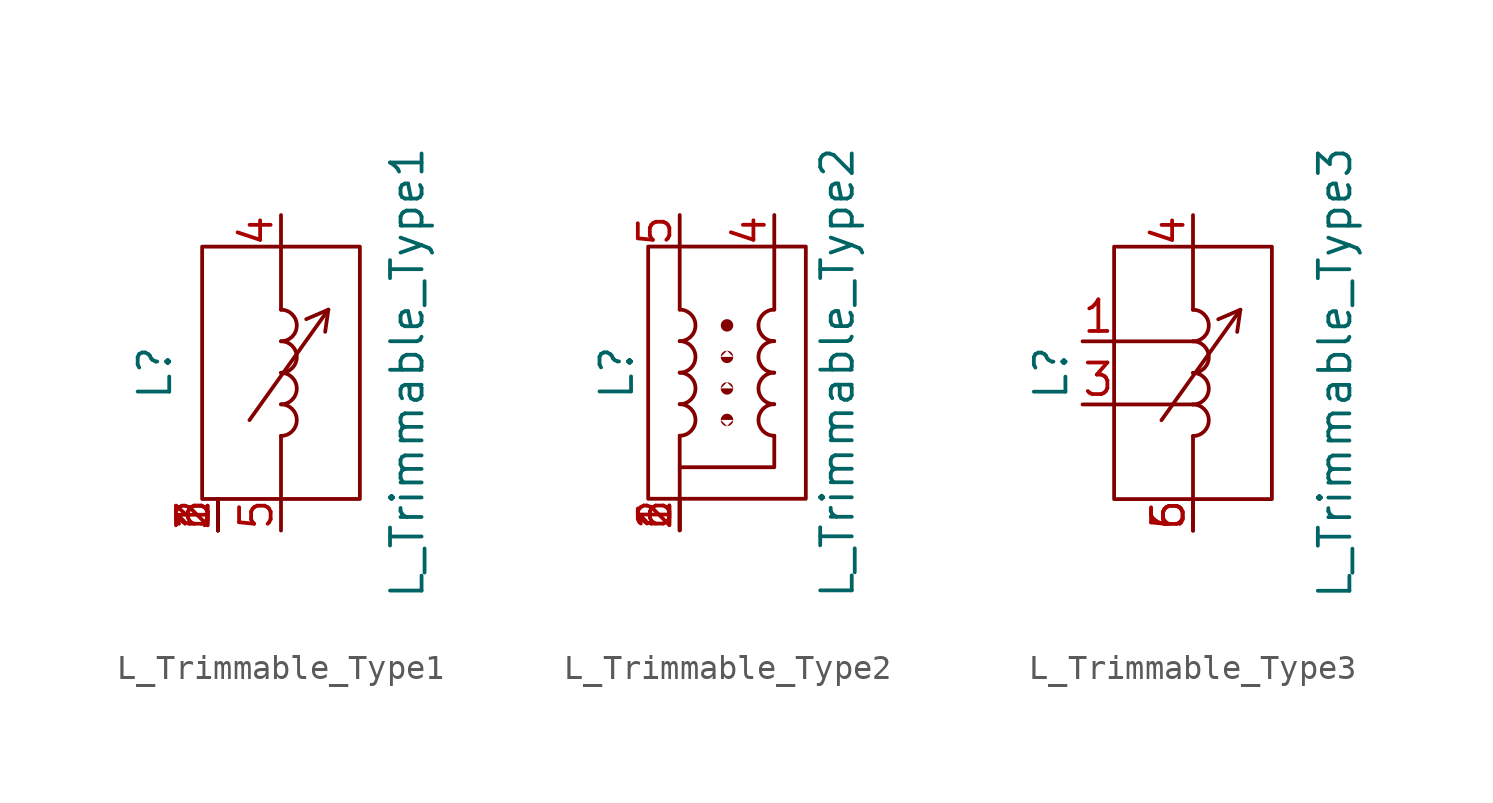
<source format=kicad_sym>
(kicad_symbol_lib
  (version 20220914)
  (generator kicad_symbol_editor)
  (symbol "L_Trimmable_Type1"
    (pin_names
      (offset 1.016) hide)
    (property "Reference" "L"
      (at -5.08 0 90)
      (effects (font (size 1.27 1.27))))
    (property "Value" "L_Trimmable_Type1"
      (at 5.08 0 90)
      (effects (font (size 1.27 1.27))))
    (symbol "L_Trimmable_Type1_0_1"
      (arc (start 0 -2.54) (mid 0.6323 -1.905) (end 0 -1.27) (stroke (width 0) (type default)) (fill (type none)))
      (arc (start 0 -1.27) (mid 0.6323 -0.635) (end 0 0) (stroke (width 0) (type default)) (fill (type none)))
      (polyline (pts (xy -1.27 -1.905) (xy 1.905 2.54)) (stroke (width 0) (type default)) (fill (type none)))
      (polyline (pts (xy 0 -2.54) (xy 0 -5.08)) (stroke (width 0) (type default)) (fill (type none)))
      (polyline (pts (xy 0 5.08) (xy 0 2.54)) (stroke (width 0) (type default)) (fill (type none)))
      (polyline (pts (xy 1.905 2.54) (xy 1.016 2.159)) (stroke (width 0) (type default)) (fill (type none)))
      (polyline (pts (xy 1.905 2.54) (xy 1.778 1.651)) (stroke (width 0) (type default)) (fill (type none)))
      (polyline (pts (xy -3.175 5.08) (xy 3.175 5.08) (xy 3.175 -5.08) (xy -3.175 -5.08) (xy -3.175 5.08)) (stroke (width 0) (type default)) (fill (type none)))
      (arc (start 0 0) (mid 0.6323 0.635) (end 0 1.27) (stroke (width 0) (type default)) (fill (type none)))
      (arc (start 0 1.27) (mid 0.6323 1.905) (end 0 2.54) (stroke (width 0) (type default)) (fill (type none))))
    (symbol "L_Trimmable_Type1_1_1"
      (pin passive line (at -2.54 -6.35 90) (length 1.27) (name "" (effects (font (size 1.27 1.27)))) (number "1" (effects (font (size 1.27 1.27)))))
      (pin passive line (at -2.54 -6.35 90) (length 1.27) (name "" (effects (font (size 1.27 1.27)))) (number "2" (effects (font (size 1.27 1.27)))))
      (pin passive line (at -2.54 -6.35 90) (length 1.27) (name "" (effects (font (size 1.27 1.27)))) (number "3" (effects (font (size 1.27 1.27)))))
      (pin passive line (at 0 6.35 270) (length 1.27) (name "4" (effects (font (size 1.27 1.27)))) (number "4" (effects (font (size 1.27 1.27)))))
      (pin passive line (at 0 -6.35 90) (length 1.27) (name "5" (effects (font (size 1.27 1.27)))) (number "5" (effects (font (size 1.27 1.27)))))
      (pin passive line (at -2.54 -6.35 90) (length 1.27) (name "" (effects (font (size 1.27 1.27)))) (number "6" (effects (font (size 1.27 1.27)))))))
  (symbol "L_Trimmable_Type2"
    (pin_names
      (offset 1.016) hide)
    (property "Reference" "L"
      (at -2.54 0 90)
      (effects (font (size 1.27 1.27))))
    (property "Value" "L_Trimmable_Type2"
      (at 6.35 0 90)
      (effects (font (size 1.27 1.27))))
    (symbol "L_Trimmable_Type2_0_1"
      (arc (start 0 -2.54) (mid 0.6323 -1.905) (end 0 -1.27) (stroke (width 0) (type default)) (fill (type none)))
      (arc (start 0 -1.27) (mid 0.6323 -0.635) (end 0 0) (stroke (width 0) (type default)) (fill (type none)))
      (arc (start 0 0) (mid 0.6323 0.635) (end 0 1.27) (stroke (width 0) (type default)) (fill (type none)))
      (arc (start 0 1.27) (mid 0.6323 1.905) (end 0 2.54) (stroke (width 0) (type default)) (fill (type none)))
      (arc (start 3.8073 -1.27) (mid 3.175 -1.905) (end 3.8073 -2.54) (stroke (width 0) (type default)) (fill (type none)))
      (arc (start 3.8073 0) (mid 3.175 -0.635) (end 3.8073 -1.27) (stroke (width 0) (type default)) (fill (type none)))
      (arc (start 3.8073 1.27) (mid 3.175 0.635) (end 3.8073 0) (stroke (width 0) (type default)) (fill (type none)))
      (arc (start 3.8073 2.54) (mid 3.175 1.905) (end 3.8073 1.27) (stroke (width 0) (type default)) (fill (type none))))
    (symbol "L_Trimmable_Type2_1_1"
      (polyline (pts (xy 0 -5.08) (xy 0 -3.81)) (stroke (width 0) (type default)) (fill (type none)))
      (polyline (pts (xy 0 5.08) (xy 0 2.54)) (stroke (width 0) (type default)) (fill (type none)))
      (polyline (pts (xy 3.81 5.08) (xy 3.81 2.54)) (stroke (width 0) (type default)) (fill (type none)))
      (polyline (pts (xy 0 -2.54) (xy 0 -3.81) (xy 3.81 -3.81) (xy 3.81 -2.54)) (stroke (width 0) (type default)) (fill (type none)))
      (polyline (pts (xy -1.27 5.08) (xy 5.08 5.08) (xy 5.08 -5.08) (xy -1.27 -5.08) (xy -1.27 5.08)) (stroke (width 0) (type default)) (fill (type none)))
      (circle (center 1.905 -1.905) (radius 0.0001) (stroke (width 0.5) (type default)) (fill (type outline)))
      (circle (center 1.905 -0.635) (radius 0.0001) (stroke (width 0.5) (type default)) (fill (type outline)))
      (circle (center 1.905 0.635) (radius 0.0001) (stroke (width 0.5) (type default)) (fill (type outline)))
      (circle (center 1.905 1.905) (radius 0.0001) (stroke (width 0.5) (type default)) (fill (type outline)))
      (pin passive line (at 0 -6.35 90) (length 1.27) (name "1" (effects (font (size 1.27 1.27)))) (number "1" (effects (font (size 1.27 1.27)))))
      (pin passive line (at 0 -6.35 90) (length 1.27) (name "" (effects (font (size 1.27 1.27)))) (number "2" (effects (font (size 1.27 1.27)))))
      (pin passive line (at 3.81 6.35 270) (length 1.27) (name "4" (effects (font (size 1.27 1.27)))) (number "4" (effects (font (size 1.27 1.27)))))
      (pin passive line (at 0 6.35 270) (length 1.27) (name "5" (effects (font (size 1.27 1.27)))) (number "5" (effects (font (size 1.27 1.27)))))
      (pin passive line (at 0 -6.35 90) (length 1.27) (name "" (effects (font (size 1.27 1.27)))) (number "6" (effects (font (size 1.27 1.27)))))))
  (symbol "L_Trimmable_Type3"
    (pin_names
      (offset 1.016) hide)
    (property "Reference" "L"
      (at -3.81 0 90)
      (effects (font (size 1.27 1.27))))
    (property "Value" "L_Trimmable_Type3"
      (at 7.62 0 90)
      (effects (font (size 1.27 1.27))))
    (symbol "L_Trimmable_Type3_0_1"
      (polyline (pts (xy -1.27 -1.27) (xy 1.905 -1.27)) (stroke (width 0) (type default)) (fill (type none)))
      (polyline (pts (xy -1.27 1.27) (xy 1.905 1.27)) (stroke (width 0) (type default)) (fill (type none)))
      (polyline (pts (xy 0.635 -1.905) (xy 3.81 2.54)) (stroke (width 0) (type default)) (fill (type none)))
      (polyline (pts (xy 3.81 2.54) (xy 2.921 2.159)) (stroke (width 0) (type default)) (fill (type none)))
      (polyline (pts (xy 3.81 2.54) (xy 3.683 1.651)) (stroke (width 0) (type default)) (fill (type none)))
      (arc (start 1.905 -2.54) (mid 2.5373 -1.905) (end 1.905 -1.27) (stroke (width 0) (type default)) (fill (type none)))
      (arc (start 1.905 -1.27) (mid 2.5373 -0.635) (end 1.905 0) (stroke (width 0) (type default)) (fill (type none)))
      (arc (start 1.905 0) (mid 2.5373 0.635) (end 1.905 1.27) (stroke (width 0) (type default)) (fill (type none)))
      (arc (start 1.905 1.27) (mid 2.5373 1.905) (end 1.905 2.54) (stroke (width 0) (type default)) (fill (type none))))
    (symbol "L_Trimmable_Type3_1_1"
      (polyline (pts (xy 1.905 -5.08) (xy 1.905 -2.54)) (stroke (width 0) (type default)) (fill (type none)))
      (polyline (pts (xy 1.905 5.08) (xy 1.905 2.54)) (stroke (width 0) (type default)) (fill (type none)))
      (polyline (pts (xy -1.27 5.08) (xy 5.08 5.08) (xy 5.08 -5.08) (xy -1.27 -5.08) (xy -1.27 5.08)) (stroke (width 0) (type default)) (fill (type none)))
      (pin passive line (at -2.54 1.27 0) (length 1.27) (name "1" (effects (font (size 1.27 1.27)))) (number "1" (effects (font (size 1.27 1.27)))))
      (pin passive line (at -2.54 -1.27 0) (length 1.27) (name "3" (effects (font (size 1.27 1.27)))) (number "3" (effects (font (size 1.27 1.27)))))
      (pin passive line (at 1.905 6.35 270) (length 1.27) (name "4" (effects (font (size 1.27 1.27)))) (number "4" (effects (font (size 1.27 1.27)))))
      (pin passive line (at 1.905 -6.35 90) (length 1.27) (name "" (effects (font (size 1.27 1.27)))) (number "5" (effects (font (size 1.27 1.27)))))
      (pin passive line (at 1.905 -6.35 90) (length 1.27) (name "6" (effects (font (size 1.27 1.27)))) (number "6" (effects (font (size 1.27 1.27))))))))
</source>
